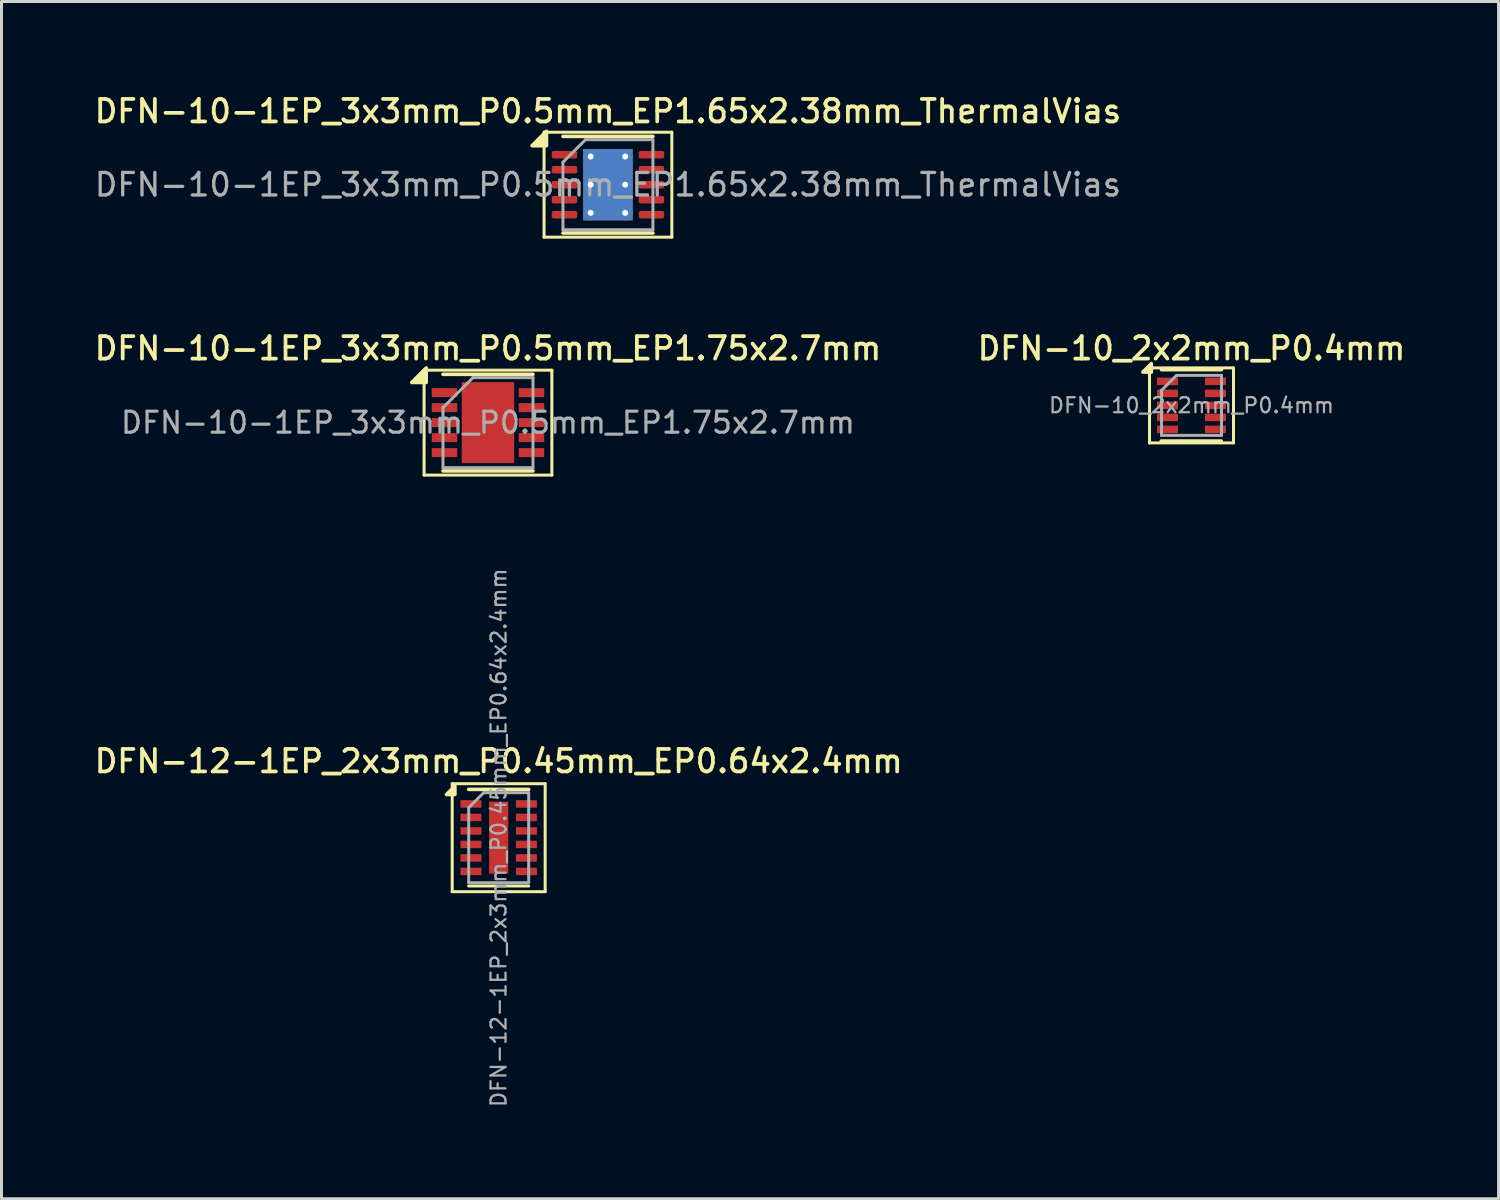
<source format=kicad_pcb>
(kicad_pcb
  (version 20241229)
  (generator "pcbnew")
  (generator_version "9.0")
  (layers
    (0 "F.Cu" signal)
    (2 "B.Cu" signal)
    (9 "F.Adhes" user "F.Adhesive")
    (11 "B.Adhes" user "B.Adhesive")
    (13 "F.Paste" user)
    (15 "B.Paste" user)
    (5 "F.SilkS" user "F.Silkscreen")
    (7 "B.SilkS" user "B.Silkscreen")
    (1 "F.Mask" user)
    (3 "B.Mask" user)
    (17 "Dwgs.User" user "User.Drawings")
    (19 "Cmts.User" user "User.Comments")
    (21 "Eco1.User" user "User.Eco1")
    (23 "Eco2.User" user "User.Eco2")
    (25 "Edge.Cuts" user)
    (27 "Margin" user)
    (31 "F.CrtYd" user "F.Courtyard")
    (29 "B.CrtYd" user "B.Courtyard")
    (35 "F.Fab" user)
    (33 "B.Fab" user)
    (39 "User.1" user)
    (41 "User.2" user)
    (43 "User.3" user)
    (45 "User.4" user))
  (footprint "DFN-10_2x2mm_P0.4mm"
    (layer "F.Cu")
    (at 36.677 10.466)
    (property "Reference" "DFN-10_2x2mm_P0.4mm" (at 0 -1.9 0) (layer "F.SilkS") (effects (font (size 0.75 0.75) (thickness 0.125))))
    (attr smd)
    (fp_line (start -1.4 1.25) (end -1.4 -1.25) (stroke (width 0.1) (type solid)) (layer "F.SilkS"))
    (fp_line (start -1.4 1.25) (end 1.4 1.25) (stroke (width 0.1) (type solid)) (layer "F.SilkS"))
    (fp_line (start 0.99 1.19) (end -1.01 1.19) (stroke (width 0.12) (type solid)) (layer "F.SilkS"))
    (fp_line (start 1 -1.19) (end -1 -1.19) (stroke (width 0.12) (type solid)) (layer "F.SilkS"))
    (fp_line (start 1.4 -1.25) (end -1.4 -1.25) (stroke (width 0.1) (type solid)) (layer "F.SilkS"))
    (fp_line (start 1.4 -1.25) (end 1.4 1.25) (stroke (width 0.1) (type solid)) (layer "F.SilkS"))
    (fp_poly (pts (xy -1.34 -1.11) (xy -1.62 -1.11) (xy -1.34 -1.39) (xy -1.34 -1.11)) (stroke (width 0.12) (type solid)) (fill yes) (layer "F.SilkS"))
    (fp_line (start -1 -0.5) (end -1 1) (stroke (width 0.1) (type solid)) (layer "F.Fab"))
    (fp_line (start -0.5 -1) (end -1 -0.5) (stroke (width 0.1) (type solid)) (layer "F.Fab"))
    (fp_line (start 1 -1) (end -0.5 -1) (stroke (width 0.1) (type solid)) (layer "F.Fab"))
    (fp_line (start 1 1) (end -1 1) (stroke (width 0.1) (type solid)) (layer "F.Fab"))
    (fp_line (start 1 1) (end 1 -1) (stroke (width 0.1) (type solid)) (layer "F.Fab"))
    (fp_text user "${REFERENCE}" (at 0 0 0) (layer "F.Fab") (effects (font (size 0.5 0.5) (thickness 0.075))))
    (pad "1" smd rect (at -0.8 -0.8) (size 0.7 0.25) (layers "F.Cu" "F.Mask" "F.Paste"))
    (pad "2" smd rect (at -0.8 -0.4) (size 0.7 0.25) (layers "F.Cu" "F.Mask" "F.Paste"))
    (pad "3" smd rect (at -0.8 0) (size 0.7 0.25) (layers "F.Cu" "F.Mask" "F.Paste"))
    (pad "4" smd rect (at -0.8 0.4) (size 0.7 0.25) (layers "F.Cu" "F.Mask" "F.Paste"))
    (pad "5" smd rect (at -0.8 0.8) (size 0.7 0.25) (layers "F.Cu" "F.Mask" "F.Paste"))
    (pad "6" smd rect (at 0.8 0.8) (size 0.7 0.25) (layers "F.Cu" "F.Mask" "F.Paste"))
    (pad "7" smd rect (at 0.8 0.4) (size 0.7 0.25) (layers "F.Cu" "F.Mask" "F.Paste"))
    (pad "8" smd rect (at 0.8 0) (size 0.7 0.25) (layers "F.Cu" "F.Mask" "F.Paste"))
    (pad "9" smd rect (at 0.8 -0.4) (size 0.7 0.25) (layers "F.Cu" "F.Mask" "F.Paste"))
    (pad "10" smd rect (at 0.8 -0.8) (size 0.7 0.25) (layers "F.Cu" "F.Mask" "F.Paste")))
  (footprint "DFN-10-1EP_3x3mm_P0.5mm_EP1.65x2.38mm_ThermalVias"
    (layer "F.Cu")
    (at 17.22 3.108)
    (property "Reference" "DFN-10-1EP_3x3mm_P0.5mm_EP1.65x2.38mm_ThermalVias" (at 0 -2.45 0) (layer "F.SilkS") (effects (font (size 0.75 0.75) (thickness 0.125))))
    (attr smd)
    (fp_line (start -2.13 -1.75) (end -2.13 1.75) (stroke (width 0.1) (type solid)) (layer "F.SilkS"))
    (fp_line (start -2.13 1.75) (end 2.13 1.75) (stroke (width 0.1) (type solid)) (layer "F.SilkS"))
    (fp_line (start -1.5 -1.61) (end 1.5 -1.61) (stroke (width 0.12) (type solid)) (layer "F.SilkS"))
    (fp_line (start -1.5 1.61) (end 1.5 1.61) (stroke (width 0.12) (type solid)) (layer "F.SilkS"))
    (fp_line (start 2.13 -1.75) (end -2.13 -1.75) (stroke (width 0.1) (type solid)) (layer "F.SilkS"))
    (fp_line (start 2.13 1.75) (end 2.13 -1.75) (stroke (width 0.1) (type solid)) (layer "F.SilkS"))
    (fp_poly (pts (xy -2.05 -1.3) (xy -2.53 -1.3) (xy -2.05 -1.78) (xy -2.05 -1.3)) (stroke (width 0.12) (type solid)) (fill yes) (layer "F.SilkS"))
    (fp_line (start -1.5 -0.75) (end -0.75 -1.5) (stroke (width 0.1) (type solid)) (layer "F.Fab"))
    (fp_line (start -1.5 1.5) (end -1.5 -0.75) (stroke (width 0.1) (type solid)) (layer "F.Fab"))
    (fp_line (start -0.75 -1.5) (end 1.5 -1.5) (stroke (width 0.1) (type solid)) (layer "F.Fab"))
    (fp_line (start 1.5 -1.5) (end 1.5 1.5) (stroke (width 0.1) (type solid)) (layer "F.Fab"))
    (fp_line (start 1.5 1.5) (end -1.5 1.5) (stroke (width 0.1) (type solid)) (layer "F.Fab"))
    (fp_text user "${REFERENCE}" (at 0 0 0) (layer "F.Fab") (effects (font (size 0.75 0.75) (thickness 0.11))))
    (pad "" smd roundrect (at -0.41 -0.595) (size 0.67 0.96) (layers "F.Paste") (roundrect_rratio 0.25))
    (pad "" smd roundrect (at -0.41 0.595) (size 0.67 0.96) (layers "F.Paste") (roundrect_rratio 0.25))
    (pad "" smd roundrect (at 0.41 -0.595) (size 0.67 0.96) (layers "F.Paste") (roundrect_rratio 0.25))
    (pad "" smd roundrect (at 0.41 0.595) (size 0.67 0.96) (layers "F.Paste") (roundrect_rratio 0.25))
    (pad "1" smd roundrect (at -1.45 -1) (size 0.85 0.25) (layers "F.Cu" "F.Mask" "F.Paste") (roundrect_rratio 0.25))
    (pad "2" smd roundrect (at -1.45 -0.5) (size 0.85 0.25) (layers "F.Cu" "F.Mask" "F.Paste") (roundrect_rratio 0.25))
    (pad "3" smd roundrect (at -1.45 0) (size 0.85 0.25) (layers "F.Cu" "F.Mask" "F.Paste") (roundrect_rratio 0.25))
    (pad "4" smd roundrect (at -1.45 0.5) (size 0.85 0.25) (layers "F.Cu" "F.Mask" "F.Paste") (roundrect_rratio 0.25))
    (pad "5" smd roundrect (at -1.45 1) (size 0.85 0.25) (layers "F.Cu" "F.Mask" "F.Paste") (roundrect_rratio 0.25))
    (pad "6" smd roundrect (at 1.45 1) (size 0.85 0.25) (layers "F.Cu" "F.Mask" "F.Paste") (roundrect_rratio 0.25))
    (pad "7" smd roundrect (at 1.45 0.5) (size 0.85 0.25) (layers "F.Cu" "F.Mask" "F.Paste") (roundrect_rratio 0.25))
    (pad "8" smd roundrect (at 1.45 0) (size 0.85 0.25) (layers "F.Cu" "F.Mask" "F.Paste") (roundrect_rratio 0.25))
    (pad "9" smd roundrect (at 1.45 -0.5) (size 0.85 0.25) (layers "F.Cu" "F.Mask" "F.Paste") (roundrect_rratio 0.25))
    (pad "10" smd roundrect (at 1.45 -1) (size 0.85 0.25) (layers "F.Cu" "F.Mask" "F.Paste") (roundrect_rratio 0.25))
    (pad "11" thru_hole circle (at -0.575 -0.94) (size 0.5 0.5) (drill 0.2) (property pad_prop_heatsink) (layers "*.Cu"))
    (pad "11" thru_hole circle (at -0.575 0) (size 0.5 0.5) (drill 0.2) (property pad_prop_heatsink) (layers "*.Cu"))
    (pad "11" thru_hole circle (at -0.575 0.94) (size 0.5 0.5) (drill 0.2) (property pad_prop_heatsink) (layers "*.Cu"))
    (pad "11" smd rect (at 0 0) (size 1.65 2.38) (property pad_prop_heatsink) (layers "F.Cu" "F.Mask"))
    (pad "11" smd rect (at 0 0) (size 1.65 2.38) (property pad_prop_heatsink) (layers "B.Cu"))
    (pad "11" thru_hole circle (at 0.575 -0.94) (size 0.5 0.5) (drill 0.2) (property pad_prop_heatsink) (layers "*.Cu"))
    (pad "11" thru_hole circle (at 0.575 0) (size 0.5 0.5) (drill 0.2) (property pad_prop_heatsink) (layers "*.Cu"))
    (pad "11" thru_hole circle (at 0.575 0.94) (size 0.5 0.5) (drill 0.2) (property pad_prop_heatsink) (layers "*.Cu")))
  (footprint "DFN-10-1EP_3x3mm_P0.5mm_EP1.75x2.7mm"
    (layer "F.Cu")
    (at 13.22 11.041)
    (property "Reference" "DFN-10-1EP_3x3mm_P0.5mm_EP1.75x2.7mm" (at 0 -2.475 0) (layer "F.SilkS") (effects (font (size 0.75 0.75) (thickness 0.125))))
    (attr smd)
    (fp_line (start -2.13 -1.75) (end -2.13 1.75) (stroke (width 0.1) (type solid)) (layer "F.SilkS"))
    (fp_line (start -2.13 -1.75) (end 2.13 -1.75) (stroke (width 0.1) (type solid)) (layer "F.SilkS"))
    (fp_line (start -2.13 1.75) (end 2.13 1.75) (stroke (width 0.1) (type solid)) (layer "F.SilkS"))
    (fp_line (start -1.5 -1.61) (end 1.5 -1.61) (stroke (width 0.12) (type solid)) (layer "F.SilkS"))
    (fp_line (start -1.5 1.61) (end 1.5 1.61) (stroke (width 0.12) (type solid)) (layer "F.SilkS"))
    (fp_line (start 2.13 -1.75) (end 2.13 1.75) (stroke (width 0.1) (type solid)) (layer "F.SilkS"))
    (fp_poly (pts (xy -2.06 -1.34) (xy -2.54 -1.34) (xy -2.06 -1.82) (xy -2.06 -1.34)) (stroke (width 0.12) (type solid)) (fill yes) (layer "F.SilkS"))
    (fp_line (start -1.5 -0.5) (end -0.5 -1.5) (stroke (width 0.1) (type solid)) (layer "F.Fab"))
    (fp_line (start -1.5 1.5) (end -1.5 -0.5) (stroke (width 0.1) (type solid)) (layer "F.Fab"))
    (fp_line (start -0.5 -1.5) (end 1.5 -1.5) (stroke (width 0.1) (type solid)) (layer "F.Fab"))
    (fp_line (start 1.5 -1.5) (end 1.5 1.5) (stroke (width 0.1) (type solid)) (layer "F.Fab"))
    (fp_line (start 1.5 1.5) (end -1.5 1.5) (stroke (width 0.1) (type solid)) (layer "F.Fab"))
    (fp_text user "${REFERENCE}" (at 0 0 0) (layer "F.Fab") (effects (font (size 0.7 0.7) (thickness 0.105))))
    (pad "" smd rect (at -0.388 -0.62) (size 0.6 1.05) (layers "F.Paste"))
    (pad "" smd rect (at -0.388 0.62) (size 0.6 1.05) (layers "F.Paste"))
    (pad "" smd rect (at 0.388 -0.62) (size 0.6 1.05) (layers "F.Paste"))
    (pad "" smd rect (at 0.388 0.62) (size 0.6 1.05) (layers "F.Paste"))
    (pad "1" smd rect (at -1.45 -1) (size 0.85 0.3) (layers "F.Cu" "F.Mask" "F.Paste"))
    (pad "2" smd rect (at -1.45 -0.5) (size 0.85 0.3) (layers "F.Cu" "F.Mask" "F.Paste"))
    (pad "3" smd rect (at -1.45 0) (size 0.85 0.3) (layers "F.Cu" "F.Mask" "F.Paste"))
    (pad "4" smd rect (at -1.45 0.5) (size 0.85 0.3) (layers "F.Cu" "F.Mask" "F.Paste"))
    (pad "5" smd rect (at -1.45 1) (size 0.85 0.3) (layers "F.Cu" "F.Mask" "F.Paste"))
    (pad "6" smd rect (at 1.45 1) (size 0.85 0.3) (layers "F.Cu" "F.Mask" "F.Paste"))
    (pad "7" smd rect (at 1.45 0.5) (size 0.85 0.3) (layers "F.Cu" "F.Mask" "F.Paste"))
    (pad "8" smd rect (at 1.45 0) (size 0.85 0.3) (layers "F.Cu" "F.Mask" "F.Paste"))
    (pad "9" smd rect (at 1.45 -0.5) (size 0.85 0.3) (layers "F.Cu" "F.Mask" "F.Paste"))
    (pad "10" smd rect (at 1.45 -1) (size 0.85 0.3) (layers "F.Cu" "F.Mask" "F.Paste"))
    (pad "11" smd rect (at 0 0) (size 1.75 2.7) (layers "F.Cu" "F.Mask")))
  (footprint "DFN-12-1EP_2x3mm_P0.45mm_EP0.64x2.4mm"
    (layer "F.Cu")
    (at 13.577 24.88)
    (property "Reference" "DFN-12-1EP_2x3mm_P0.45mm_EP0.64x2.4mm" (at 0 -2.55 0) (layer "F.SilkS") (effects (font (size 0.75 0.75) (thickness 0.125))))
    (attr smd)
    (fp_line (start -1.55 -1.8) (end -1.55 1.8) (stroke (width 0.1) (type solid)) (layer "F.SilkS"))
    (fp_line (start -1.55 -1.8) (end 1.55 -1.8) (stroke (width 0.1) (type solid)) (layer "F.SilkS"))
    (fp_line (start -1.55 1.8) (end 1.55 1.8) (stroke (width 0.1) (type solid)) (layer "F.SilkS"))
    (fp_line (start -1 -1.61) (end 1 -1.61) (stroke (width 0.12) (type solid)) (layer "F.SilkS"))
    (fp_line (start -1 1.61) (end 1 1.61) (stroke (width 0.1) (type solid)) (layer "F.SilkS"))
    (fp_line (start 1.55 -1.8) (end 1.55 1.8) (stroke (width 0.1) (type solid)) (layer "F.SilkS"))
    (fp_poly (pts (xy -1.46 -1.44) (xy -1.74 -1.44) (xy -1.46 -1.72) (xy -1.46 -1.44)) (stroke (width 0.12) (type solid)) (fill yes) (layer "F.SilkS"))
    (fp_line (start -1 -1) (end -0.5 -1.5) (stroke (width 0.1) (type solid)) (layer "F.Fab"))
    (fp_line (start -1 1.5) (end -1 -1) (stroke (width 0.1) (type solid)) (layer "F.Fab"))
    (fp_line (start -0.5 -1.5) (end 1 -1.5) (stroke (width 0.1) (type solid)) (layer "F.Fab"))
    (fp_line (start 1 -1.5) (end 1 1.5) (stroke (width 0.1) (type solid)) (layer "F.Fab"))
    (fp_line (start 1 1.5) (end -1 1.5) (stroke (width 0.1) (type solid)) (layer "F.Fab"))
    (fp_text user "${REFERENCE}" (at 0 0 90) (layer "F.Fab") (effects (font (size 0.5 0.5) (thickness 0.075))))
    (pad "" smd rect (at 0 -0.6) (size 0.5 1) (layers "F.Paste"))
    (pad "" smd rect (at 0 0.6) (size 0.5 1) (layers "F.Paste"))
    (pad "1" smd rect (at -0.925 -1.125) (size 0.7 0.25) (layers "F.Cu" "F.Mask" "F.Paste"))
    (pad "2" smd rect (at -0.925 -0.675) (size 0.7 0.25) (layers "F.Cu" "F.Mask" "F.Paste"))
    (pad "3" smd rect (at -0.925 -0.225) (size 0.7 0.25) (layers "F.Cu" "F.Mask" "F.Paste"))
    (pad "4" smd rect (at -0.925 0.225) (size 0.7 0.25) (layers "F.Cu" "F.Mask" "F.Paste"))
    (pad "5" smd rect (at -0.925 0.675) (size 0.7 0.25) (layers "F.Cu" "F.Mask" "F.Paste"))
    (pad "6" smd rect (at -0.925 1.125) (size 0.7 0.25) (layers "F.Cu" "F.Mask" "F.Paste"))
    (pad "7" smd rect (at 0.925 1.125) (size 0.7 0.25) (layers "F.Cu" "F.Mask" "F.Paste"))
    (pad "8" smd rect (at 0.925 0.675) (size 0.7 0.25) (layers "F.Cu" "F.Mask" "F.Paste"))
    (pad "9" smd rect (at 0.925 0.225) (size 0.7 0.25) (layers "F.Cu" "F.Mask" "F.Paste"))
    (pad "10" smd rect (at 0.925 -0.225) (size 0.7 0.25) (layers "F.Cu" "F.Mask" "F.Paste"))
    (pad "11" smd rect (at 0.925 -0.675) (size 0.7 0.25) (layers "F.Cu" "F.Mask" "F.Paste"))
    (pad "12" smd rect (at 0.925 -1.125) (size 0.7 0.25) (layers "F.Cu" "F.Mask" "F.Paste"))
    (pad "13" smd rect (at 0 0) (size 0.64 2.4) (layers "F.Cu" "F.Mask")))
  (gr_rect
    (start -3 -3)
    (end 46.914 36.919)
    (stroke (width 0.1) (type default))
    (fill no)
    (layer "Edge.Cuts")))
</source>
